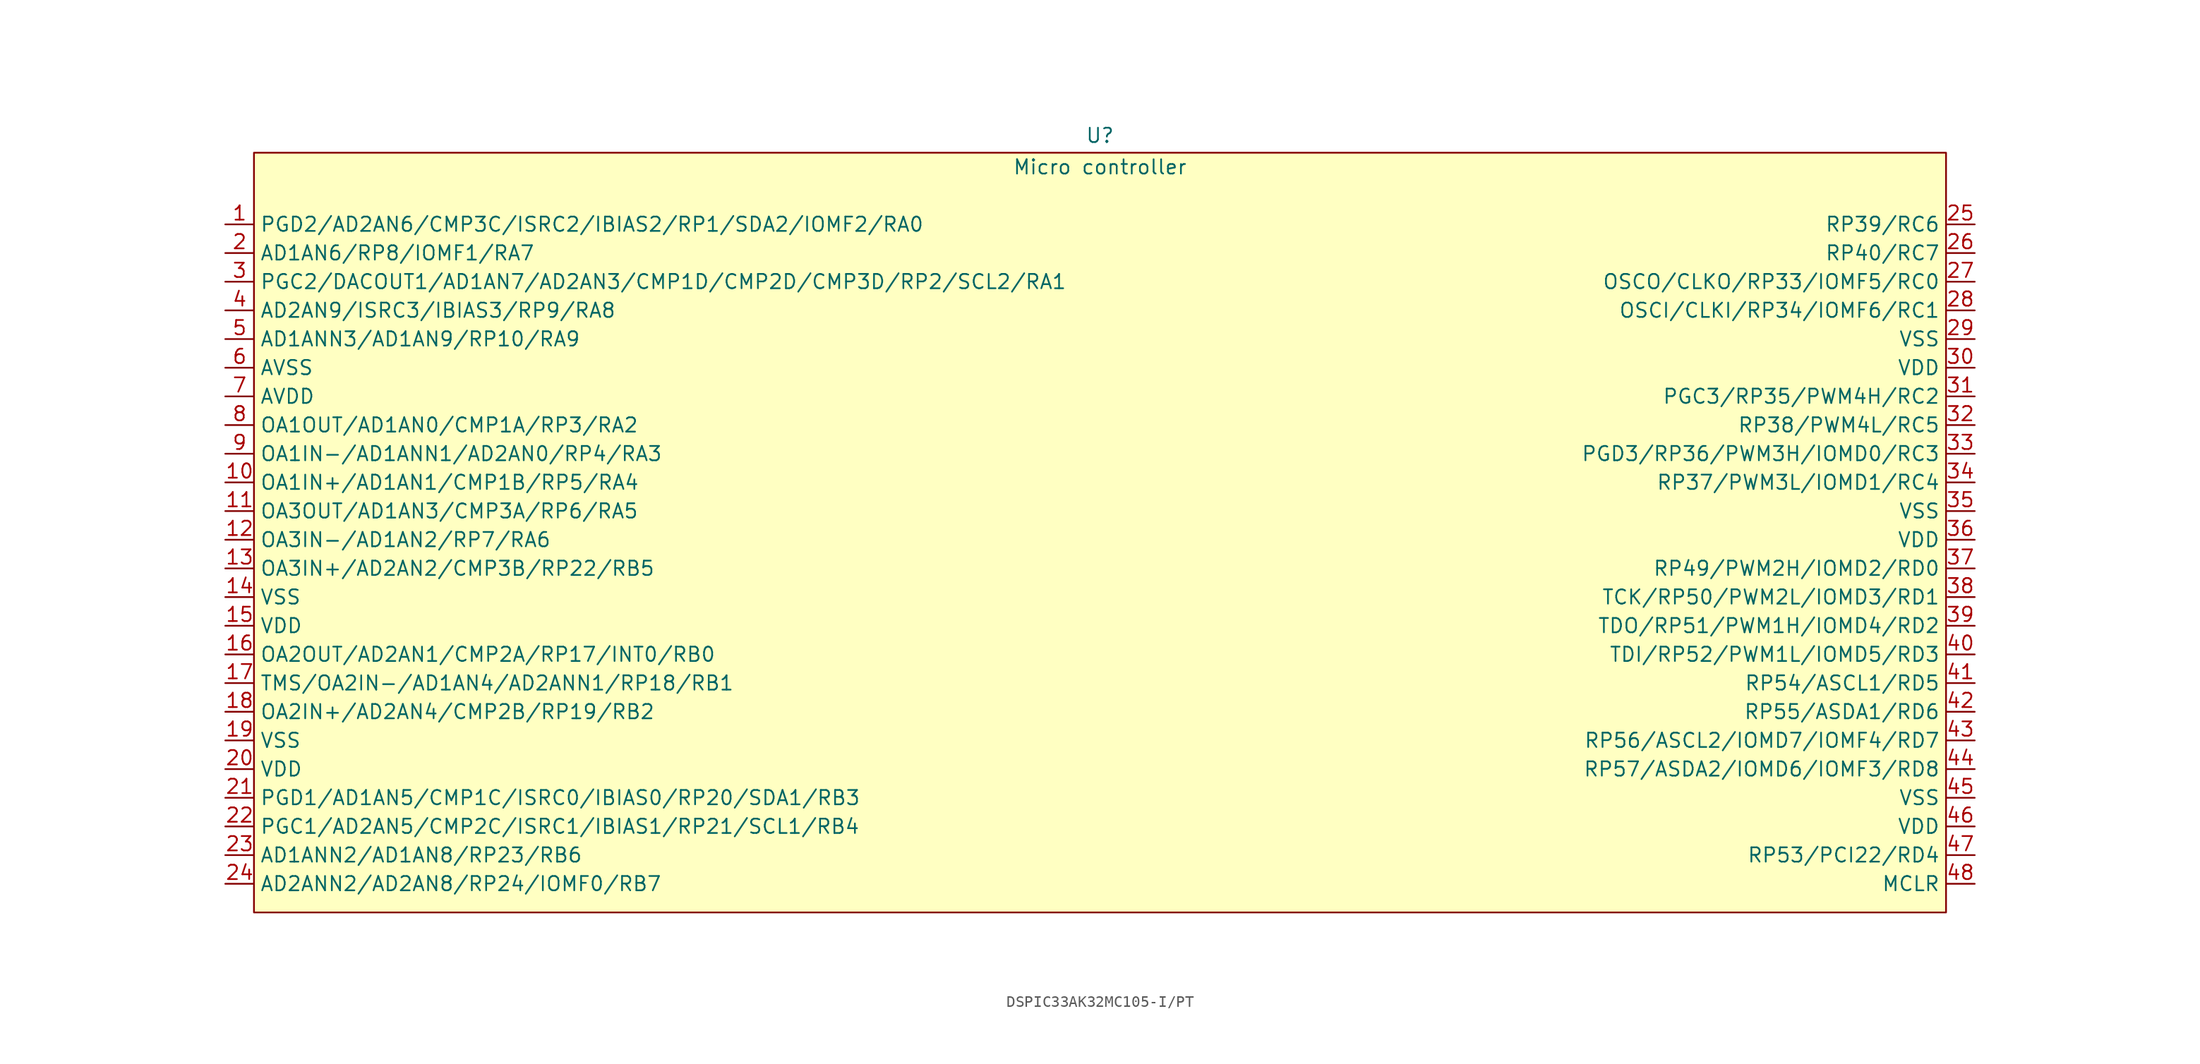
<source format=kicad_sym>
(kicad_symbol_lib
  (version 20241209)
  (generator "kicad_symbol_editor")
  (generator_version "9.0")
  (symbol "DSPIC33AK32MC105-I/PT"
    (property "Reference" "U"
      (at 0 37.084 0)
      (effects (font (size 1.27 1.27))))
    (property "Value" "Micro controller"
      (at 0 34.29 0)
      (effects (font (size 1.27 1.27))))
    (symbol "DSPIC33AK32MC105-I/PT_1_1"
      (rectangle (start -74.93 35.56) (end 74.93 -31.75) (stroke (width 0) (type solid)) (fill (type background)))
      (pin bidirectional line (at -77.47 29.21 0) (length 2.54) (name "PGD2/AD2AN6/CMP3C/ISRC2/IBIAS2/RP1/SDA2/IOMF2/RA0" (effects (font (size 1.27 1.27)))) (number "1" (effects (font (size 1.27 1.27)))))
      (pin bidirectional line (at -77.47 26.67 0) (length 2.54) (name "AD1AN6/RP8/IOMF1/RA7" (effects (font (size 1.27 1.27)))) (number "2" (effects (font (size 1.27 1.27)))))
      (pin bidirectional line (at -77.47 24.13 0) (length 2.54) (name "PGC2/DACOUT1/AD1AN7/AD2AN3/CMP1D/CMP2D/CMP3D/RP2/SCL2/RA1" (effects (font (size 1.27 1.27)))) (number "3" (effects (font (size 1.27 1.27)))))
      (pin bidirectional line (at -77.47 21.59 0) (length 2.54) (name "AD2AN9/ISRC3/IBIAS3/RP9/RA8" (effects (font (size 1.27 1.27)))) (number "4" (effects (font (size 1.27 1.27)))))
      (pin bidirectional line (at -77.47 19.05 0) (length 2.54) (name "AD1ANN3/AD1AN9/RP10/RA9" (effects (font (size 1.27 1.27)))) (number "5" (effects (font (size 1.27 1.27)))))
      (pin power_out line (at -77.47 16.51 0) (length 2.54) (name "AVSS" (effects (font (size 1.27 1.27)))) (number "6" (effects (font (size 1.27 1.27)))))
      (pin power_in line (at -77.47 13.97 0) (length 2.54) (name "AVDD" (effects (font (size 1.27 1.27)))) (number "7" (effects (font (size 1.27 1.27)))))
      (pin bidirectional line (at -77.47 11.43 0) (length 2.54) (name "OA1OUT/AD1AN0/CMP1A/RP3/RA2" (effects (font (size 1.27 1.27)))) (number "8" (effects (font (size 1.27 1.27)))))
      (pin bidirectional line (at -77.47 8.89 0) (length 2.54) (name "OA1IN-/AD1ANN1/AD2AN0/RP4/RA3" (effects (font (size 1.27 1.27)))) (number "9" (effects (font (size 1.27 1.27)))))
      (pin bidirectional line (at -77.47 6.35 0) (length 2.54) (name "OA1IN+/AD1AN1/CMP1B/RP5/RA4" (effects (font (size 1.27 1.27)))) (number "10" (effects (font (size 1.27 1.27)))))
      (pin bidirectional line (at -77.47 3.81 0) (length 2.54) (name "OA3OUT/AD1AN3/CMP3A/RP6/RA5" (effects (font (size 1.27 1.27)))) (number "11" (effects (font (size 1.27 1.27)))))
      (pin bidirectional line (at -77.47 1.27 0) (length 2.54) (name "OA3IN-/AD1AN2/RP7/RA6" (effects (font (size 1.27 1.27)))) (number "12" (effects (font (size 1.27 1.27)))))
      (pin bidirectional line (at -77.47 -1.27 0) (length 2.54) (name "OA3IN+/AD2AN2/CMP3B/RP22/RB5" (effects (font (size 1.27 1.27)))) (number "13" (effects (font (size 1.27 1.27)))))
      (pin power_out line (at -77.47 -3.81 0) (length 2.54) (name "VSS" (effects (font (size 1.27 1.27)))) (number "14" (effects (font (size 1.27 1.27)))))
      (pin power_in line (at -77.47 -6.35 0) (length 2.54) (name "VDD" (effects (font (size 1.27 1.27)))) (number "15" (effects (font (size 1.27 1.27)))))
      (pin bidirectional line (at -77.47 -8.89 0) (length 2.54) (name "OA2OUT/AD2AN1/CMP2A/RP17/INT0/RB0" (effects (font (size 1.27 1.27)))) (number "16" (effects (font (size 1.27 1.27)))))
      (pin bidirectional line (at -77.47 -11.43 0) (length 2.54) (name "TMS/OA2IN-/AD1AN4/AD2ANN1/RP18/RB1" (effects (font (size 1.27 1.27)))) (number "17" (effects (font (size 1.27 1.27)))))
      (pin bidirectional line (at -77.47 -13.97 0) (length 2.54) (name "OA2IN+/AD2AN4/CMP2B/RP19/RB2" (effects (font (size 1.27 1.27)))) (number "18" (effects (font (size 1.27 1.27)))))
      (pin power_out line (at -77.47 -16.51 0) (length 2.54) (name "VSS" (effects (font (size 1.27 1.27)))) (number "19" (effects (font (size 1.27 1.27)))))
      (pin power_in line (at -77.47 -19.05 0) (length 2.54) (name "VDD" (effects (font (size 1.27 1.27)))) (number "20" (effects (font (size 1.27 1.27)))))
      (pin bidirectional line (at -77.47 -21.59 0) (length 2.54) (name "PGD1/AD1AN5/CMP1C/ISRC0/IBIAS0/RP20/SDA1/RB3" (effects (font (size 1.27 1.27)))) (number "21" (effects (font (size 1.27 1.27)))))
      (pin bidirectional line (at -77.47 -24.13 0) (length 2.54) (name "PGC1/AD2AN5/CMP2C/ISRC1/IBIAS1/RP21/SCL1/RB4" (effects (font (size 1.27 1.27)))) (number "22" (effects (font (size 1.27 1.27)))))
      (pin bidirectional line (at -77.47 -26.67 0) (length 2.54) (name "AD1ANN2/AD1AN8/RP23/RB6" (effects (font (size 1.27 1.27)))) (number "23" (effects (font (size 1.27 1.27)))))
      (pin bidirectional line (at -77.47 -29.21 0) (length 2.54) (name "AD2ANN2/AD2AN8/RP24/IOMF0/RB7" (effects (font (size 1.27 1.27)))) (number "24" (effects (font (size 1.27 1.27)))))
      (pin bidirectional line (at 77.47 29.21 180) (length 2.54) (name "RP39/RC6" (effects (font (size 1.27 1.27)))) (number "25" (effects (font (size 1.27 1.27)))))
      (pin bidirectional line (at 77.47 26.67 180) (length 2.54) (name "RP40/RC7" (effects (font (size 1.27 1.27)))) (number "26" (effects (font (size 1.27 1.27)))))
      (pin bidirectional line (at 77.47 24.13 180) (length 2.54) (name "OSCO/CLKO/RP33/IOMF5/RC0" (effects (font (size 1.27 1.27)))) (number "27" (effects (font (size 1.27 1.27)))))
      (pin bidirectional line (at 77.47 21.59 180) (length 2.54) (name "OSCI/CLKI/RP34/IOMF6/RC1" (effects (font (size 1.27 1.27)))) (number "28" (effects (font (size 1.27 1.27)))))
      (pin power_out line (at 77.47 19.05 180) (length 2.54) (name "VSS" (effects (font (size 1.27 1.27)))) (number "29" (effects (font (size 1.27 1.27)))))
      (pin power_in line (at 77.47 16.51 180) (length 2.54) (name "VDD" (effects (font (size 1.27 1.27)))) (number "30" (effects (font (size 1.27 1.27)))))
      (pin bidirectional line (at 77.47 13.97 180) (length 2.54) (name "PGC3/RP35/PWM4H/RC2" (effects (font (size 1.27 1.27)))) (number "31" (effects (font (size 1.27 1.27)))))
      (pin bidirectional line (at 77.47 11.43 180) (length 2.54) (name "RP38/PWM4L/RC5" (effects (font (size 1.27 1.27)))) (number "32" (effects (font (size 1.27 1.27)))))
      (pin bidirectional line (at 77.47 8.89 180) (length 2.54) (name "PGD3/RP36/PWM3H/IOMD0/RC3" (effects (font (size 1.27 1.27)))) (number "33" (effects (font (size 1.27 1.27)))))
      (pin bidirectional line (at 77.47 6.35 180) (length 2.54) (name "RP37/PWM3L/IOMD1/RC4" (effects (font (size 1.27 1.27)))) (number "34" (effects (font (size 1.27 1.27)))))
      (pin power_out line (at 77.47 3.81 180) (length 2.54) (name "VSS" (effects (font (size 1.27 1.27)))) (number "35" (effects (font (size 1.27 1.27)))))
      (pin power_in line (at 77.47 1.27 180) (length 2.54) (name "VDD" (effects (font (size 1.27 1.27)))) (number "36" (effects (font (size 1.27 1.27)))))
      (pin bidirectional line (at 77.47 -1.27 180) (length 2.54) (name "RP49/PWM2H/IOMD2/RD0" (effects (font (size 1.27 1.27)))) (number "37" (effects (font (size 1.27 1.27)))))
      (pin bidirectional line (at 77.47 -3.81 180) (length 2.54) (name "TCK/RP50/PWM2L/IOMD3/RD1" (effects (font (size 1.27 1.27)))) (number "38" (effects (font (size 1.27 1.27)))))
      (pin bidirectional line (at 77.47 -6.35 180) (length 2.54) (name "TDO/RP51/PWM1H/IOMD4/RD2" (effects (font (size 1.27 1.27)))) (number "39" (effects (font (size 1.27 1.27)))))
      (pin bidirectional line (at 77.47 -8.89 180) (length 2.54) (name "TDI/RP52/PWM1L/IOMD5/RD3" (effects (font (size 1.27 1.27)))) (number "40" (effects (font (size 1.27 1.27)))))
      (pin bidirectional line (at 77.47 -11.43 180) (length 2.54) (name "RP54/ASCL1/RD5" (effects (font (size 1.27 1.27)))) (number "41" (effects (font (size 1.27 1.27)))))
      (pin bidirectional line (at 77.47 -13.97 180) (length 2.54) (name "RP55/ASDA1/RD6" (effects (font (size 1.27 1.27)))) (number "42" (effects (font (size 1.27 1.27)))))
      (pin bidirectional line (at 77.47 -16.51 180) (length 2.54) (name "RP56/ASCL2/IOMD7/IOMF4/RD7" (effects (font (size 1.27 1.27)))) (number "43" (effects (font (size 1.27 1.27)))))
      (pin bidirectional line (at 77.47 -19.05 180) (length 2.54) (name "RP57/ASDA2/IOMD6/IOMF3/RD8" (effects (font (size 1.27 1.27)))) (number "44" (effects (font (size 1.27 1.27)))))
      (pin power_out line (at 77.47 -21.59 180) (length 2.54) (name "VSS" (effects (font (size 1.27 1.27)))) (number "45" (effects (font (size 1.27 1.27)))))
      (pin power_in line (at 77.47 -24.13 180) (length 2.54) (name "VDD" (effects (font (size 1.27 1.27)))) (number "46" (effects (font (size 1.27 1.27)))))
      (pin bidirectional line (at 77.47 -26.67 180) (length 2.54) (name "RP53/PCI22/RD4" (effects (font (size 1.27 1.27)))) (number "47" (effects (font (size 1.27 1.27)))))
      (pin input line (at 77.47 -29.21 180) (length 2.54) (name "MCLR" (effects (font (size 1.27 1.27)))) (number "48" (effects (font (size 1.27 1.27))))))))
</source>
